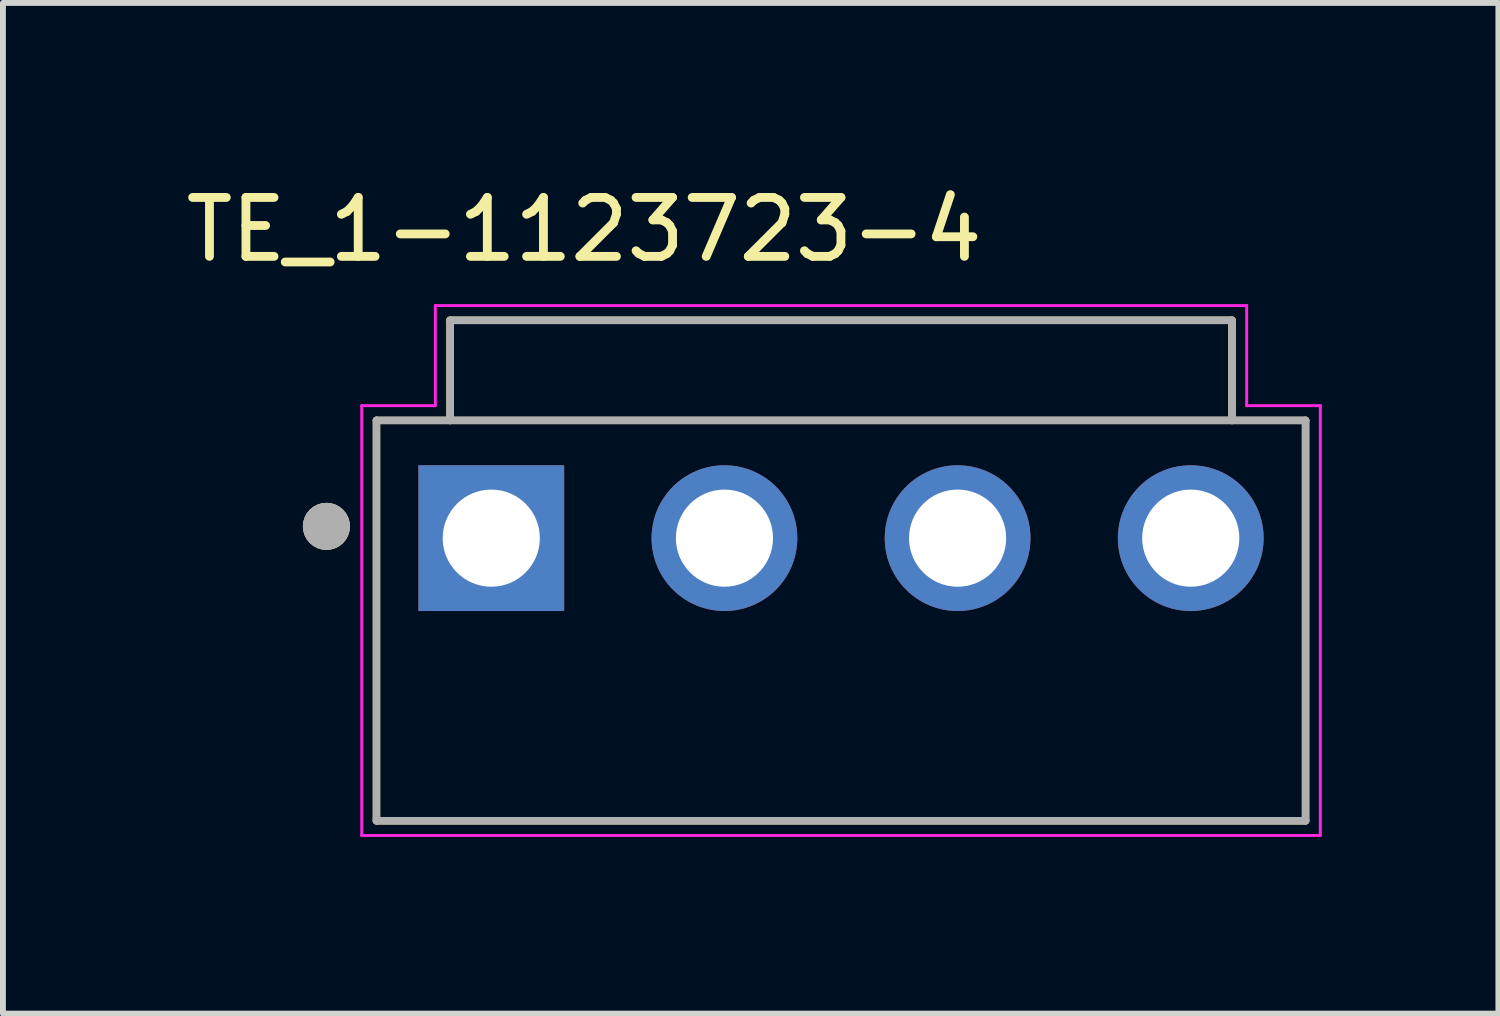
<source format=kicad_pcb>
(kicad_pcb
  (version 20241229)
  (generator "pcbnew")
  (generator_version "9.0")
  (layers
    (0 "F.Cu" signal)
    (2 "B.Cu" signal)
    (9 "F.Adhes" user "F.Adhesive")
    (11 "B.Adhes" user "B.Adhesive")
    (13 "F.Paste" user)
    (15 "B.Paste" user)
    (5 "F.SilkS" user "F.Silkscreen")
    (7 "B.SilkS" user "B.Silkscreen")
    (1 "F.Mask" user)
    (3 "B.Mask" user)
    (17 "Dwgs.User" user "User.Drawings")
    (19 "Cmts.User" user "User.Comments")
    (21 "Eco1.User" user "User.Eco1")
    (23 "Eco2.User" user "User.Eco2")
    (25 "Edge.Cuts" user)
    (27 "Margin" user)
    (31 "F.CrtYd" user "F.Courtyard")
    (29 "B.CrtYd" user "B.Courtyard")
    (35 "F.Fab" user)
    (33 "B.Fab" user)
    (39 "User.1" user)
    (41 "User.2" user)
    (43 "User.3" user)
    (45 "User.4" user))
  (footprint "TE_1-1123723-4"
    (layer "F.Cu")
    (at 5.294 6.09)
    (property "Reference" "TE_1-1123723-4" (at 1.577 -5.241 0) (layer "F.SilkS") (effects (font (size 1.001 1.001) (thickness 0.15))))
    (attr through_hole)
    (fp_line (start -1.95 -2) (end -0.7 -2) (stroke (width 0.127) (type solid)) (layer "F.SilkS"))
    (fp_line (start -1.95 4.8) (end -1.95 -2) (stroke (width 0.127) (type solid)) (layer "F.SilkS"))
    (fp_line (start -0.7 -3.7) (end 12.58 -3.7) (stroke (width 0.127) (type solid)) (layer "F.SilkS"))
    (fp_line (start -0.7 -2) (end -0.7 -3.7) (stroke (width 0.127) (type solid)) (layer "F.SilkS"))
    (fp_line (start -0.7 -2) (end 12.58 -2) (stroke (width 0.127) (type solid)) (layer "F.SilkS"))
    (fp_line (start 12.58 -3.7) (end 12.58 -2) (stroke (width 0.127) (type solid)) (layer "F.SilkS"))
    (fp_line (start 12.58 -2) (end 13.83 -2) (stroke (width 0.127) (type solid)) (layer "F.SilkS"))
    (fp_line (start 13.83 -2) (end 13.83 4.8) (stroke (width 0.127) (type solid)) (layer "F.SilkS"))
    (fp_line (start 13.83 4.8) (end -1.95 4.8) (stroke (width 0.127) (type solid)) (layer "F.SilkS"))
    (fp_circle (center -2.8 -0.2) (end -2.6 -0.2) (stroke (width 0.4) (type solid)) (fill no) (layer "F.SilkS"))
    (fp_line (start -2.2 -2.25) (end -0.95 -2.25) (stroke (width 0.05) (type solid)) (layer "F.CrtYd"))
    (fp_line (start -2.2 5.05) (end -2.2 -2.25) (stroke (width 0.05) (type solid)) (layer "F.CrtYd"))
    (fp_line (start -0.95 -3.95) (end 12.83 -3.95) (stroke (width 0.05) (type solid)) (layer "F.CrtYd"))
    (fp_line (start -0.95 -2.25) (end -0.95 -3.95) (stroke (width 0.05) (type solid)) (layer "F.CrtYd"))
    (fp_line (start 12.83 -3.95) (end 12.83 -2.25) (stroke (width 0.05) (type solid)) (layer "F.CrtYd"))
    (fp_line (start 12.83 -2.25) (end 14.08 -2.25) (stroke (width 0.05) (type solid)) (layer "F.CrtYd"))
    (fp_line (start 14.08 -2.25) (end 14.08 5.05) (stroke (width 0.05) (type solid)) (layer "F.CrtYd"))
    (fp_line (start 14.08 5.05) (end -2.2 5.05) (stroke (width 0.05) (type solid)) (layer "F.CrtYd"))
    (fp_line (start -1.95 -2) (end -0.7 -2) (stroke (width 0.127) (type solid)) (layer "F.Fab"))
    (fp_line (start -1.95 4.8) (end -1.95 -2) (stroke (width 0.127) (type solid)) (layer "F.Fab"))
    (fp_line (start -0.7 -3.7) (end 12.58 -3.7) (stroke (width 0.127) (type solid)) (layer "F.Fab"))
    (fp_line (start -0.7 -2) (end -0.7 -3.7) (stroke (width 0.127) (type solid)) (layer "F.Fab"))
    (fp_line (start -0.7 -2) (end 12.58 -2) (stroke (width 0.127) (type solid)) (layer "F.Fab"))
    (fp_line (start 12.58 -3.7) (end 12.58 -2) (stroke (width 0.127) (type solid)) (layer "F.Fab"))
    (fp_line (start 12.58 -2) (end 13.83 -2) (stroke (width 0.127) (type solid)) (layer "F.Fab"))
    (fp_line (start 13.83 -2) (end 13.83 4.8) (stroke (width 0.127) (type solid)) (layer "F.Fab"))
    (fp_line (start 13.83 4.8) (end -1.95 4.8) (stroke (width 0.127) (type solid)) (layer "F.Fab"))
    (fp_circle (center -2.8 -0.2) (end -2.6 -0.2) (stroke (width 0.4) (type solid)) (fill no) (layer "F.Fab"))
    (pad "1" thru_hole rect (at 0 0) (size 2.475 2.475) (drill 1.65) (layers "*.Cu" "*.Mask"))
    (pad "2" thru_hole circle (at 3.96 0) (size 2.475 2.475) (drill 1.65) (layers "*.Cu" "*.Mask"))
    (pad "3" thru_hole circle (at 7.92 0) (size 2.475 2.475) (drill 1.65) (layers "*.Cu" "*.Mask"))
    (pad "4" thru_hole circle (at 11.88 0) (size 2.475 2.475) (drill 1.65) (layers "*.Cu" "*.Mask")))
  (gr_rect
    (start -3 -3)
    (end 22.399 14.165)
    (stroke (width 0.1) (type default))
    (fill no)
    (layer "Edge.Cuts")))
</source>
